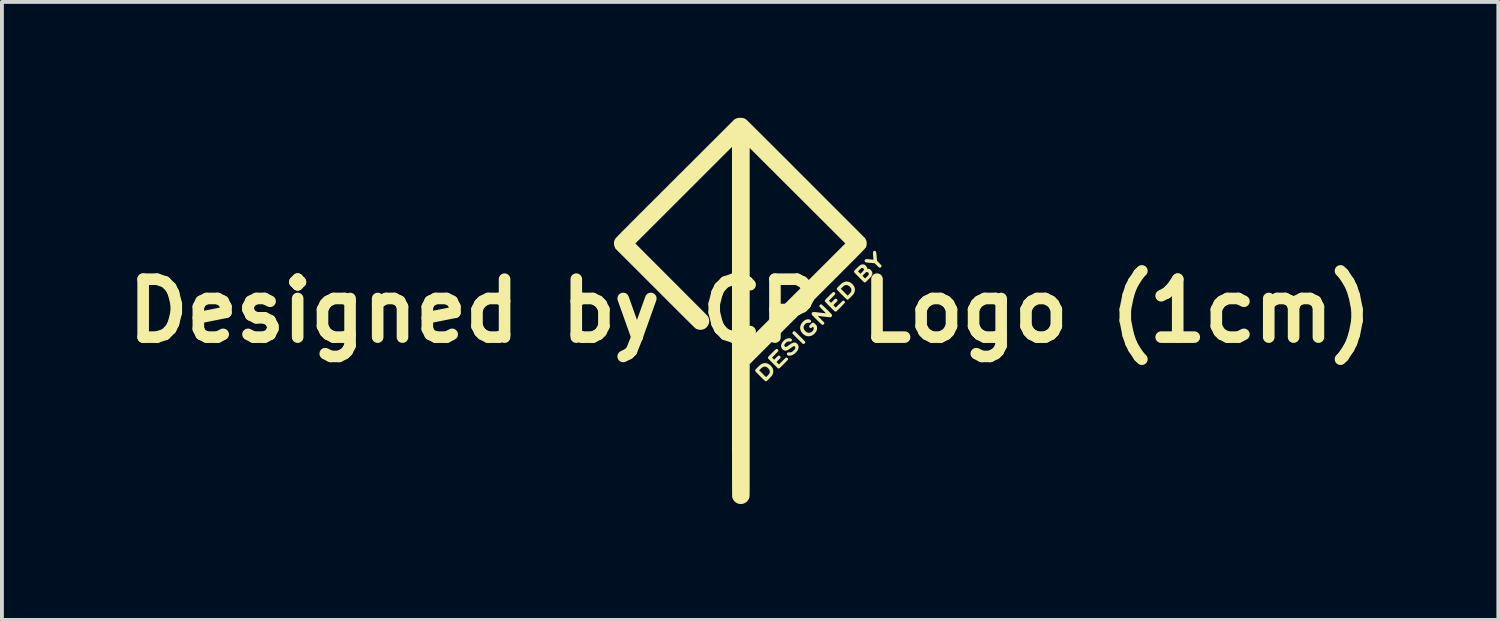
<source format=kicad_pcb>
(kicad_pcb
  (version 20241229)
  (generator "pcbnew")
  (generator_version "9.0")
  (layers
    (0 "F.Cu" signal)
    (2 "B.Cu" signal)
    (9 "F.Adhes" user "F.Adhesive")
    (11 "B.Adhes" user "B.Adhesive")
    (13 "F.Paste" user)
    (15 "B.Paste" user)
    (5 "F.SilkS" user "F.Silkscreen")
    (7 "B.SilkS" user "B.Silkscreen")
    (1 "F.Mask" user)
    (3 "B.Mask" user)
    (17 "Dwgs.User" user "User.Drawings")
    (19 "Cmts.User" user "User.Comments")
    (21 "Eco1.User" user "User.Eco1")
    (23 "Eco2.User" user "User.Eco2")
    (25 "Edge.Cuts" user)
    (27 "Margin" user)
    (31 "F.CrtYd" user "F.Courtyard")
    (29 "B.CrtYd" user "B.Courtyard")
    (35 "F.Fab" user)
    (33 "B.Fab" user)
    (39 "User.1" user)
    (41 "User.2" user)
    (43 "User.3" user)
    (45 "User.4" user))
  (footprint "Designed by CP Logo (1cm)"
    (layer "F.Cu")
    (at 16.371 5)
    (property "Reference" "Designed by CP Logo (1cm)" (at 0 0 0) (layer "F.SilkS") (effects (font (size 1.5 1.5) (thickness 0.3))))
    (attr board_only exclude_from_pos_files exclude_from_bom)
    (fp_poly (pts (xy 1.149 0.527) (xy 1.159 0.53) (xy 1.164 0.534) (xy 1.173 0.542) (xy 1.185 0.554) (xy 1.201 0.569) (xy 1.219 0.587) (xy 1.239 0.606) (xy 1.261 0.628) (xy 1.283 0.65) (xy 1.306 0.673) (xy 1.328 0.695) (xy 1.349 0.717) (xy 1.369 0.737) (xy 1.387 0.755) (xy 1.401 0.771) (xy 1.413 0.783) (xy 1.421 0.792) (xy 1.424 0.796) (xy 1.428 0.81) (xy 1.425 0.824) (xy 1.417 0.838) (xy 1.404 0.849) (xy 1.403 0.85) (xy 1.388 0.856) (xy 1.374 0.855) (xy 1.363 0.85) (xy 1.358 0.846) (xy 1.349 0.838) (xy 1.337 0.826) (xy 1.32 0.81) (xy 1.301 0.791) (xy 1.28 0.77) (xy 1.256 0.747) (xy 1.231 0.722) (xy 1.225 0.715) (xy 1.097 0.587) (xy 1.097 0.572) (xy 1.1 0.555) (xy 1.108 0.542) (xy 1.119 0.532) (xy 1.134 0.526)) (stroke (width 0) (type solid)) (fill yes) (layer "F.SilkS"))
    (fp_poly (pts (xy 3.236 -1.556) (xy 3.247 -1.547) (xy 3.256 -1.536) (xy 3.258 -1.532) (xy 3.261 -1.527) (xy 3.263 -1.522) (xy 3.264 -1.516) (xy 3.266 -1.509) (xy 3.267 -1.5) (xy 3.269 -1.487) (xy 3.271 -1.47) (xy 3.273 -1.449) (xy 3.275 -1.422) (xy 3.277 -1.392) (xy 3.286 -1.297) (xy 3.34 -1.242) (xy 3.357 -1.225) (xy 3.371 -1.21) (xy 3.384 -1.197) (xy 3.393 -1.187) (xy 3.398 -1.18) (xy 3.399 -1.179) (xy 3.403 -1.165) (xy 3.4 -1.15) (xy 3.393 -1.137) (xy 3.381 -1.126) (xy 3.367 -1.12) (xy 3.361 -1.119) (xy 3.351 -1.119) (xy 3.342 -1.121) (xy 3.341 -1.122) (xy 3.337 -1.125) (xy 3.328 -1.133) (xy 3.316 -1.144) (xy 3.302 -1.158) (xy 3.286 -1.174) (xy 3.279 -1.18) (xy 3.224 -1.235) (xy 3.121 -1.243) (xy 3.094 -1.246) (xy 3.068 -1.248) (xy 3.046 -1.25) (xy 3.027 -1.252) (xy 3.013 -1.254) (xy 3.005 -1.255) (xy 3.004 -1.256) (xy 2.987 -1.263) (xy 2.975 -1.274) (xy 2.967 -1.288) (xy 2.964 -1.303) (xy 2.965 -1.307) (xy 2.97 -1.318) (xy 2.98 -1.329) (xy 2.992 -1.337) (xy 3.005 -1.342) (xy 3.013 -1.342) (xy 3.026 -1.341) (xy 3.045 -1.34) (xy 3.066 -1.339) (xy 3.09 -1.337) (xy 3.107 -1.335) (xy 3.131 -1.333) (xy 3.152 -1.331) (xy 3.17 -1.329) (xy 3.184 -1.328) (xy 3.192 -1.328) (xy 3.194 -1.328) (xy 3.194 -1.332) (xy 3.194 -1.341) (xy 3.193 -1.356) (xy 3.191 -1.374) (xy 3.189 -1.396) (xy 3.188 -1.406) (xy 3.185 -1.438) (xy 3.183 -1.464) (xy 3.182 -1.484) (xy 3.181 -1.5) (xy 3.181 -1.512) (xy 3.182 -1.521) (xy 3.184 -1.528) (xy 3.187 -1.534) (xy 3.188 -1.536) (xy 3.197 -1.546) (xy 3.209 -1.554) (xy 3.221 -1.558) (xy 3.225 -1.559)) (stroke (width 0) (type solid)) (fill yes) (layer "F.SilkS"))
    (fp_poly (pts (xy 0.433 1.357) (xy 0.467 1.369) (xy 0.499 1.388) (xy 0.526 1.41) (xy 0.554 1.44) (xy 0.575 1.472) (xy 0.59 1.505) (xy 0.599 1.539) (xy 0.6 1.574) (xy 0.595 1.608) (xy 0.583 1.643) (xy 0.567 1.673) (xy 0.56 1.682) (xy 0.549 1.694) (xy 0.535 1.71) (xy 0.519 1.727) (xy 0.502 1.745) (xy 0.485 1.763) (xy 0.468 1.78) (xy 0.454 1.794) (xy 0.441 1.805) (xy 0.437 1.809) (xy 0.421 1.819) (xy 0.406 1.822) (xy 0.395 1.819) (xy 0.391 1.816) (xy 0.382 1.809) (xy 0.37 1.797) (xy 0.354 1.782) (xy 0.336 1.765) (xy 0.316 1.746) (xy 0.295 1.725) (xy 0.273 1.703) (xy 0.251 1.681) (xy 0.229 1.659) (xy 0.208 1.639) (xy 0.189 1.619) (xy 0.173 1.602) (xy 0.159 1.588) (xy 0.148 1.576) (xy 0.142 1.569) (xy 0.141 1.568) (xy 0.132 1.552) (xy 0.131 1.537) (xy 0.131 1.537) (xy 0.234 1.537) (xy 0.323 1.625) (xy 0.343 1.646) (xy 0.362 1.665) (xy 0.379 1.681) (xy 0.393 1.695) (xy 0.404 1.705) (xy 0.41 1.712) (xy 0.413 1.714) (xy 0.416 1.711) (xy 0.423 1.705) (xy 0.433 1.695) (xy 0.446 1.682) (xy 0.454 1.674) (xy 0.473 1.654) (xy 0.487 1.638) (xy 0.497 1.624) (xy 0.504 1.611) (xy 0.508 1.598) (xy 0.509 1.583) (xy 0.509 1.574) (xy 0.507 1.55) (xy 0.499 1.526) (xy 0.484 1.504) (xy 0.463 1.481) (xy 0.462 1.48) (xy 0.441 1.462) (xy 0.42 1.45) (xy 0.398 1.444) (xy 0.376 1.442) (xy 0.359 1.444) (xy 0.343 1.448) (xy 0.327 1.456) (xy 0.309 1.468) (xy 0.289 1.485) (xy 0.272 1.501) (xy 0.234 1.537) (xy 0.131 1.537) (xy 0.136 1.523) (xy 0.136 1.523) (xy 0.141 1.517) (xy 0.151 1.506) (xy 0.163 1.493) (xy 0.178 1.478) (xy 0.194 1.461) (xy 0.211 1.445) (xy 0.227 1.43) (xy 0.241 1.416) (xy 0.253 1.405) (xy 0.261 1.398) (xy 0.295 1.376) (xy 0.329 1.361) (xy 0.364 1.353) (xy 0.398 1.351)) (stroke (width 0) (type solid)) (fill yes) (layer "F.SilkS"))
    (fp_poly (pts (xy 2.541 -0.756) (xy 2.576 -0.745) (xy 2.59 -0.738) (xy 2.611 -0.725) (xy 2.633 -0.707) (xy 2.654 -0.686) (xy 2.673 -0.664) (xy 2.688 -0.642) (xy 2.692 -0.635) (xy 2.706 -0.6) (xy 2.713 -0.565) (xy 2.713 -0.531) (xy 2.706 -0.496) (xy 2.692 -0.462) (xy 2.684 -0.446) (xy 2.678 -0.437) (xy 2.668 -0.425) (xy 2.655 -0.41) (xy 2.639 -0.393) (xy 2.622 -0.375) (xy 2.604 -0.357) (xy 2.587 -0.339) (xy 2.571 -0.324) (xy 2.557 -0.31) (xy 2.545 -0.301) (xy 2.538 -0.295) (xy 2.537 -0.295) (xy 2.526 -0.29) (xy 2.518 -0.29) (xy 2.509 -0.294) (xy 2.505 -0.296) (xy 2.501 -0.3) (xy 2.492 -0.308) (xy 2.479 -0.32) (xy 2.463 -0.336) (xy 2.444 -0.355) (xy 2.422 -0.376) (xy 2.399 -0.399) (xy 2.374 -0.424) (xy 2.369 -0.429) (xy 2.34 -0.458) (xy 2.316 -0.482) (xy 2.296 -0.503) (xy 2.279 -0.52) (xy 2.267 -0.533) (xy 2.257 -0.544) (xy 2.25 -0.553) (xy 2.246 -0.56) (xy 2.244 -0.566) (xy 2.243 -0.571) (xy 2.243 -0.573) (xy 2.348 -0.573) (xy 2.437 -0.484) (xy 2.527 -0.395) (xy 2.564 -0.433) (xy 2.581 -0.451) (xy 2.595 -0.467) (xy 2.606 -0.481) (xy 2.612 -0.49) (xy 2.617 -0.502) (xy 2.62 -0.512) (xy 2.621 -0.524) (xy 2.622 -0.538) (xy 2.621 -0.554) (xy 2.62 -0.566) (xy 2.616 -0.576) (xy 2.611 -0.586) (xy 2.6 -0.605) (xy 2.584 -0.623) (xy 2.566 -0.641) (xy 2.547 -0.654) (xy 2.539 -0.659) (xy 2.513 -0.667) (xy 2.486 -0.67) (xy 2.459 -0.665) (xy 2.453 -0.663) (xy 2.444 -0.659) (xy 2.435 -0.654) (xy 2.425 -0.647) (xy 2.414 -0.637) (xy 2.4 -0.623) (xy 2.39 -0.614) (xy 2.348 -0.573) (xy 2.243 -0.573) (xy 2.243 -0.575) (xy 2.245 -0.58) (xy 2.246 -0.584) (xy 2.25 -0.59) (xy 2.258 -0.6) (xy 2.27 -0.613) (xy 2.284 -0.628) (xy 2.3 -0.644) (xy 2.317 -0.661) (xy 2.333 -0.677) (xy 2.349 -0.691) (xy 2.363 -0.704) (xy 2.37 -0.71) (xy 2.403 -0.733) (xy 2.437 -0.749) (xy 2.471 -0.759) (xy 2.506 -0.761)) (stroke (width 0) (type solid)) (fill yes) (layer "F.SilkS"))
    (fp_poly (pts (xy 2.176 -0.487) (xy 2.188 -0.479) (xy 2.199 -0.465) (xy 2.204 -0.451) (xy 2.203 -0.435) (xy 2.199 -0.43) (xy 2.191 -0.42) (xy 2.179 -0.406) (xy 2.163 -0.389) (xy 2.143 -0.369) (xy 2.121 -0.346) (xy 2.12 -0.345) (xy 2.04 -0.264) (xy 2.067 -0.237) (xy 2.095 -0.21) (xy 2.14 -0.254) (xy 2.16 -0.274) (xy 2.175 -0.289) (xy 2.188 -0.3) (xy 2.197 -0.308) (xy 2.204 -0.313) (xy 2.21 -0.316) (xy 2.216 -0.317) (xy 2.219 -0.317) (xy 2.233 -0.314) (xy 2.246 -0.306) (xy 2.256 -0.294) (xy 2.262 -0.281) (xy 2.262 -0.267) (xy 2.259 -0.261) (xy 2.252 -0.252) (xy 2.242 -0.239) (xy 2.226 -0.222) (xy 2.207 -0.203) (xy 2.155 -0.149) (xy 2.186 -0.118) (xy 2.218 -0.087) (xy 2.305 -0.174) (xy 2.326 -0.194) (xy 2.346 -0.213) (xy 2.363 -0.23) (xy 2.379 -0.244) (xy 2.391 -0.255) (xy 2.399 -0.262) (xy 2.403 -0.264) (xy 2.416 -0.266) (xy 2.43 -0.262) (xy 2.442 -0.254) (xy 2.451 -0.242) (xy 2.456 -0.229) (xy 2.456 -0.216) (xy 2.453 -0.211) (xy 2.445 -0.203) (xy 2.434 -0.19) (xy 2.42 -0.175) (xy 2.403 -0.157) (xy 2.385 -0.138) (xy 2.365 -0.117) (xy 2.344 -0.096) (xy 2.323 -0.075) (xy 2.303 -0.055) (xy 2.284 -0.036) (xy 2.267 -0.02) (xy 2.253 -0.006) (xy 2.242 0.004) (xy 2.234 0.011) (xy 2.231 0.013) (xy 2.216 0.017) (xy 2.201 0.015) (xy 2.188 0.007) (xy 2.182 0.003) (xy 2.173 -0.006) (xy 2.159 -0.019) (xy 2.143 -0.035) (xy 2.123 -0.054) (xy 2.101 -0.076) (xy 2.078 -0.099) (xy 2.059 -0.119) (xy 2.027 -0.151) (xy 2 -0.178) (xy 1.978 -0.201) (xy 1.961 -0.219) (xy 1.949 -0.233) (xy 1.941 -0.243) (xy 1.938 -0.248) (xy 1.934 -0.257) (xy 1.934 -0.264) (xy 1.937 -0.271) (xy 1.939 -0.276) (xy 1.943 -0.282) (xy 1.952 -0.292) (xy 1.964 -0.306) (xy 1.979 -0.322) (xy 1.997 -0.34) (xy 2.016 -0.36) (xy 2.036 -0.38) (xy 2.056 -0.401) (xy 2.076 -0.42) (xy 2.095 -0.439) (xy 2.112 -0.455) (xy 2.127 -0.469) (xy 2.138 -0.479) (xy 2.146 -0.485) (xy 2.149 -0.486) (xy 2.163 -0.49)) (stroke (width 0) (type solid)) (fill yes) (layer "F.SilkS"))
    (fp_poly (pts (xy 0.702 0.985) (xy 0.711 0.99) (xy 0.717 0.996) (xy 0.728 1.009) (xy 0.732 1.022) (xy 0.731 1.035) (xy 0.73 1.038) (xy 0.726 1.043) (xy 0.718 1.053) (xy 0.706 1.066) (xy 0.691 1.083) (xy 0.673 1.101) (xy 0.653 1.122) (xy 0.647 1.128) (xy 0.568 1.208) (xy 0.595 1.235) (xy 0.622 1.262) (xy 0.672 1.213) (xy 0.692 1.193) (xy 0.709 1.178) (xy 0.722 1.167) (xy 0.733 1.16) (xy 0.742 1.156) (xy 0.75 1.155) (xy 0.757 1.157) (xy 0.772 1.166) (xy 0.783 1.178) (xy 0.788 1.192) (xy 0.788 1.207) (xy 0.787 1.211) (xy 0.783 1.217) (xy 0.775 1.226) (xy 0.764 1.239) (xy 0.75 1.254) (xy 0.735 1.27) (xy 0.733 1.272) (xy 0.683 1.323) (xy 0.714 1.354) (xy 0.746 1.386) (xy 0.834 1.298) (xy 0.861 1.272) (xy 0.883 1.25) (xy 0.902 1.232) (xy 0.917 1.219) (xy 0.927 1.211) (xy 0.932 1.208) (xy 0.946 1.207) (xy 0.96 1.212) (xy 0.969 1.22) (xy 0.98 1.234) (xy 0.983 1.248) (xy 0.982 1.258) (xy 0.979 1.263) (xy 0.972 1.272) (xy 0.96 1.284) (xy 0.946 1.3) (xy 0.929 1.317) (xy 0.91 1.337) (xy 0.89 1.358) (xy 0.869 1.379) (xy 0.848 1.4) (xy 0.828 1.42) (xy 0.809 1.438) (xy 0.792 1.455) (xy 0.777 1.468) (xy 0.766 1.479) (xy 0.758 1.485) (xy 0.756 1.486) (xy 0.744 1.491) (xy 0.733 1.49) (xy 0.723 1.485) (xy 0.717 1.481) (xy 0.712 1.477) (xy 0.702 1.468) (xy 0.689 1.455) (xy 0.672 1.439) (xy 0.653 1.419) (xy 0.631 1.398) (xy 0.607 1.375) (xy 0.583 1.35) (xy 0.583 1.35) (xy 0.555 1.322) (xy 0.532 1.299) (xy 0.513 1.28) (xy 0.498 1.264) (xy 0.486 1.252) (xy 0.477 1.242) (xy 0.471 1.234) (xy 0.467 1.229) (xy 0.464 1.224) (xy 0.463 1.22) (xy 0.462 1.217) (xy 0.462 1.214) (xy 0.464 1.2) (xy 0.472 1.187) (xy 0.472 1.186) (xy 0.477 1.18) (xy 0.486 1.171) (xy 0.499 1.157) (xy 0.515 1.141) (xy 0.532 1.124) (xy 0.551 1.104) (xy 0.571 1.085) (xy 0.591 1.065) (xy 0.61 1.046) (xy 0.628 1.029) (xy 0.643 1.014) (xy 0.656 1.002) (xy 0.665 0.994) (xy 0.67 0.99) (xy 0.679 0.986) (xy 0.691 0.984) (xy 0.692 0.984)) (stroke (width 0) (type solid)) (fill yes) (layer "F.SilkS"))
    (fp_poly (pts (xy 1.514 0.216) (xy 1.53 0.219) (xy 1.549 0.225) (xy 1.563 0.236) (xy 1.573 0.248) (xy 1.577 0.262) (xy 1.576 0.277) (xy 1.569 0.29) (xy 1.562 0.298) (xy 1.556 0.302) (xy 1.551 0.304) (xy 1.544 0.306) (xy 1.533 0.307) (xy 1.518 0.307) (xy 1.513 0.307) (xy 1.489 0.308) (xy 1.469 0.311) (xy 1.453 0.318) (xy 1.438 0.328) (xy 1.422 0.343) (xy 1.422 0.343) (xy 1.402 0.368) (xy 1.39 0.393) (xy 1.384 0.419) (xy 1.386 0.445) (xy 1.387 0.452) (xy 1.396 0.475) (xy 1.408 0.496) (xy 1.426 0.518) (xy 1.435 0.527) (xy 1.457 0.545) (xy 1.478 0.557) (xy 1.5 0.564) (xy 1.525 0.566) (xy 1.525 0.566) (xy 1.548 0.564) (xy 1.567 0.559) (xy 1.585 0.55) (xy 1.603 0.535) (xy 1.607 0.532) (xy 1.623 0.515) (xy 1.634 0.5) (xy 1.641 0.485) (xy 1.644 0.468) (xy 1.645 0.454) (xy 1.645 0.44) (xy 1.644 0.431) (xy 1.641 0.424) (xy 1.637 0.419) (xy 1.635 0.417) (xy 1.626 0.408) (xy 1.614 0.418) (xy 1.597 0.433) (xy 1.583 0.441) (xy 1.571 0.445) (xy 1.559 0.443) (xy 1.551 0.438) (xy 1.538 0.427) (xy 1.531 0.416) (xy 1.529 0.404) (xy 1.532 0.39) (xy 1.542 0.375) (xy 1.557 0.356) (xy 1.573 0.34) (xy 1.592 0.323) (xy 1.607 0.311) (xy 1.619 0.304) (xy 1.631 0.302) (xy 1.643 0.305) (xy 1.656 0.314) (xy 1.672 0.328) (xy 1.686 0.342) (xy 1.701 0.357) (xy 1.712 0.369) (xy 1.719 0.378) (xy 1.724 0.386) (xy 1.728 0.393) (xy 1.729 0.398) (xy 1.734 0.424) (xy 1.734 0.453) (xy 1.73 0.483) (xy 1.721 0.511) (xy 1.713 0.53) (xy 1.699 0.551) (xy 1.68 0.574) (xy 1.658 0.596) (xy 1.635 0.615) (xy 1.612 0.63) (xy 1.606 0.634) (xy 1.571 0.648) (xy 1.535 0.655) (xy 1.499 0.656) (xy 1.493 0.656) (xy 1.459 0.649) (xy 1.426 0.635) (xy 1.394 0.615) (xy 1.371 0.596) (xy 1.343 0.567) (xy 1.322 0.535) (xy 1.306 0.502) (xy 1.298 0.468) (xy 1.295 0.433) (xy 1.299 0.402) (xy 1.309 0.367) (xy 1.325 0.334) (xy 1.348 0.303) (xy 1.376 0.273) (xy 1.378 0.271) (xy 1.402 0.251) (xy 1.425 0.237) (xy 1.449 0.226) (xy 1.465 0.222) (xy 1.484 0.217) (xy 1.499 0.216)) (stroke (width 0) (type solid)) (fill yes) (layer "F.SilkS"))
    (fp_poly (pts (xy 2.932 -1.204) (xy 2.944 -1.203) (xy 2.953 -1.2) (xy 2.963 -1.195) (xy 2.964 -1.195) (xy 2.985 -1.181) (xy 3.003 -1.162) (xy 3.018 -1.142) (xy 3.028 -1.12) (xy 3.031 -1.106) (xy 3.033 -1.091) (xy 3.055 -1.091) (xy 3.075 -1.089) (xy 3.093 -1.082) (xy 3.111 -1.07) (xy 3.126 -1.056) (xy 3.146 -1.031) (xy 3.159 -1.006) (xy 3.165 -0.98) (xy 3.164 -0.953) (xy 3.156 -0.926) (xy 3.141 -0.9) (xy 3.136 -0.892) (xy 3.126 -0.881) (xy 3.113 -0.868) (xy 3.098 -0.851) (xy 3.081 -0.834) (xy 3.064 -0.816) (xy 3.046 -0.798) (xy 3.029 -0.782) (xy 3.014 -0.767) (xy 3.001 -0.755) (xy 2.992 -0.746) (xy 2.986 -0.742) (xy 2.974 -0.738) (xy 2.962 -0.739) (xy 2.955 -0.741) (xy 2.951 -0.744) (xy 2.942 -0.752) (xy 2.929 -0.763) (xy 2.914 -0.778) (xy 2.896 -0.796) (xy 2.876 -0.815) (xy 2.854 -0.837) (xy 2.832 -0.859) (xy 2.81 -0.881) (xy 2.788 -0.904) (xy 2.781 -0.91) (xy 2.907 -0.91) (xy 2.943 -0.875) (xy 2.978 -0.839) (xy 3.021 -0.882) (xy 3.036 -0.897) (xy 3.049 -0.912) (xy 3.06 -0.924) (xy 3.067 -0.934) (xy 3.07 -0.938) (xy 3.074 -0.955) (xy 3.071 -0.972) (xy 3.061 -0.988) (xy 3.061 -0.989) (xy 3.046 -1.001) (xy 3.03 -1.007) (xy 3.016 -1.007) (xy 3.011 -1.005) (xy 3.004 -1.001) (xy 2.995 -0.995) (xy 2.984 -0.985) (xy 2.969 -0.971) (xy 2.956 -0.957) (xy 2.907 -0.91) (xy 2.781 -0.91) (xy 2.766 -0.925) (xy 2.747 -0.945) (xy 2.729 -0.963) (xy 2.715 -0.979) (xy 2.703 -0.991) (xy 2.696 -1) (xy 2.692 -1.004) (xy 2.692 -1.004) (xy 2.691 -1.013) (xy 2.691 -1.022) (xy 2.692 -1.025) (xy 2.793 -1.025) (xy 2.824 -0.994) (xy 2.836 -0.982) (xy 2.846 -0.972) (xy 2.853 -0.965) (xy 2.857 -0.963) (xy 2.857 -0.963) (xy 2.86 -0.965) (xy 2.867 -0.972) (xy 2.877 -0.982) (xy 2.89 -0.994) (xy 2.9 -1.005) (xy 2.919 -1.025) (xy 2.932 -1.04) (xy 2.941 -1.053) (xy 2.947 -1.063) (xy 2.948 -1.072) (xy 2.946 -1.08) (xy 2.942 -1.089) (xy 2.94 -1.092) (xy 2.928 -1.105) (xy 2.913 -1.113) (xy 2.897 -1.114) (xy 2.883 -1.11) (xy 2.878 -1.107) (xy 2.869 -1.099) (xy 2.857 -1.088) (xy 2.844 -1.075) (xy 2.834 -1.066) (xy 2.793 -1.025) (xy 2.692 -1.025) (xy 2.695 -1.031) (xy 2.702 -1.042) (xy 2.712 -1.055) (xy 2.728 -1.072) (xy 2.736 -1.08) (xy 2.768 -1.112) (xy 2.797 -1.14) (xy 2.823 -1.163) (xy 2.845 -1.18) (xy 2.863 -1.191) (xy 2.864 -1.192) (xy 2.876 -1.198) (xy 2.885 -1.202) (xy 2.896 -1.203) (xy 2.909 -1.204) (xy 2.916 -1.204)) (stroke (width 0) (type solid)) (fill yes) (layer "F.SilkS"))
    (fp_poly (pts (xy 1.851 -0.167) (xy 1.851 -0.167) (xy 1.856 -0.164) (xy 1.865 -0.156) (xy 1.878 -0.144) (xy 1.894 -0.129) (xy 1.912 -0.112) (xy 1.933 -0.092) (xy 1.955 -0.071) (xy 1.977 -0.049) (xy 2 -0.027) (xy 2.022 -0.005) (xy 2.043 0.016) (xy 2.062 0.036) (xy 2.079 0.053) (xy 2.093 0.068) (xy 2.104 0.079) (xy 2.109 0.086) (xy 2.119 0.101) (xy 2.123 0.115) (xy 2.121 0.128) (xy 2.112 0.141) (xy 2.108 0.146) (xy 2.096 0.156) (xy 2.085 0.162) (xy 2.079 0.164) (xy 2.073 0.164) (xy 2.061 0.163) (xy 2.044 0.161) (xy 2.023 0.159) (xy 1.998 0.157) (xy 1.97 0.154) (xy 1.941 0.151) (xy 1.911 0.148) (xy 1.881 0.144) (xy 1.852 0.141) (xy 1.825 0.137) (xy 1.801 0.134) (xy 1.78 0.132) (xy 1.764 0.129) (xy 1.76 0.129) (xy 1.757 0.128) (xy 1.755 0.129) (xy 1.756 0.132) (xy 1.759 0.136) (xy 1.765 0.143) (xy 1.774 0.153) (xy 1.787 0.166) (xy 1.804 0.184) (xy 1.826 0.206) (xy 1.829 0.209) (xy 1.849 0.229) (xy 1.867 0.248) (xy 1.884 0.265) (xy 1.897 0.279) (xy 1.908 0.29) (xy 1.914 0.297) (xy 1.916 0.3) (xy 1.921 0.313) (xy 1.92 0.328) (xy 1.915 0.337) (xy 1.903 0.351) (xy 1.889 0.359) (xy 1.873 0.361) (xy 1.862 0.358) (xy 1.857 0.354) (xy 1.848 0.346) (xy 1.834 0.334) (xy 1.818 0.319) (xy 1.8 0.301) (xy 1.779 0.281) (xy 1.757 0.26) (xy 1.735 0.238) (xy 1.712 0.215) (xy 1.69 0.193) (xy 1.669 0.172) (xy 1.65 0.152) (xy 1.633 0.134) (xy 1.619 0.12) (xy 1.608 0.108) (xy 1.602 0.1) (xy 1.601 0.099) (xy 1.595 0.088) (xy 1.591 0.078) (xy 1.59 0.074) (xy 1.593 0.064) (xy 1.599 0.053) (xy 1.607 0.042) (xy 1.616 0.035) (xy 1.616 0.035) (xy 1.621 0.032) (xy 1.626 0.03) (xy 1.633 0.029) (xy 1.64 0.028) (xy 1.65 0.028) (xy 1.663 0.028) (xy 1.68 0.03) (xy 1.7 0.032) (xy 1.726 0.035) (xy 1.757 0.038) (xy 1.791 0.042) (xy 1.823 0.046) (xy 1.853 0.05) (xy 1.881 0.053) (xy 1.905 0.056) (xy 1.925 0.059) (xy 1.941 0.061) (xy 1.95 0.062) (xy 1.952 0.062) (xy 1.955 0.062) (xy 1.958 0.062) (xy 1.958 0.061) (xy 1.957 0.058) (xy 1.953 0.052) (xy 1.945 0.044) (xy 1.935 0.033) (xy 1.92 0.018) (xy 1.902 -0.000493) (xy 1.882 -0.02) (xy 1.862 -0.04) (xy 1.844 -0.06) (xy 1.827 -0.077) (xy 1.814 -0.092) (xy 1.803 -0.103) (xy 1.797 -0.111) (xy 1.795 -0.114) (xy 1.793 -0.129) (xy 1.798 -0.144) (xy 1.807 -0.157) (xy 1.821 -0.167) (xy 1.835 -0.171)) (stroke (width 0) (type solid)) (fill yes) (layer "F.SilkS"))
    (fp_poly (pts (xy 1.036 0.709) (xy 1.056 0.717) (xy 1.069 0.725) (xy 1.077 0.734) (xy 1.081 0.741) (xy 1.083 0.75) (xy 1.083 0.753) (xy 1.082 0.764) (xy 1.078 0.772) (xy 1.07 0.781) (xy 1.07 0.781) (xy 1.057 0.794) (xy 1.034 0.792) (xy 1.008 0.79) (xy 0.987 0.791) (xy 0.969 0.795) (xy 0.952 0.804) (xy 0.935 0.818) (xy 0.925 0.827) (xy 0.909 0.843) (xy 0.896 0.861) (xy 0.888 0.877) (xy 0.885 0.891) (xy 0.885 0.892) (xy 0.888 0.905) (xy 0.895 0.918) (xy 0.905 0.928) (xy 0.907 0.93) (xy 0.915 0.933) (xy 0.921 0.934) (xy 0.929 0.932) (xy 0.936 0.929) (xy 0.947 0.925) (xy 0.961 0.917) (xy 0.976 0.907) (xy 0.986 0.901) (xy 1.016 0.879) (xy 1.042 0.861) (xy 1.064 0.847) (xy 1.083 0.837) (xy 1.098 0.829) (xy 1.112 0.823) (xy 1.125 0.819) (xy 1.137 0.818) (xy 1.147 0.817) (xy 1.17 0.82) (xy 1.193 0.83) (xy 1.214 0.846) (xy 1.221 0.853) (xy 1.238 0.875) (xy 1.249 0.898) (xy 1.254 0.923) (xy 1.255 0.929) (xy 1.254 0.956) (xy 1.248 0.983) (xy 1.237 1.008) (xy 1.221 1.035) (xy 1.198 1.062) (xy 1.182 1.079) (xy 1.159 1.1) (xy 1.139 1.117) (xy 1.12 1.13) (xy 1.1 1.141) (xy 1.08 1.149) (xy 1.062 1.154) (xy 1.042 1.157) (xy 1.021 1.159) (xy 1.002 1.159) (xy 0.988 1.157) (xy 0.985 1.156) (xy 0.974 1.15) (xy 0.964 1.142) (xy 0.963 1.141) (xy 0.954 1.129) (xy 0.952 1.115) (xy 0.955 1.1) (xy 0.962 1.087) (xy 0.973 1.078) (xy 0.98 1.075) (xy 0.989 1.073) (xy 1.002 1.073) (xy 1.02 1.073) (xy 1.037 1.073) (xy 1.049 1.073) (xy 1.058 1.071) (xy 1.066 1.068) (xy 1.076 1.064) (xy 1.077 1.063) (xy 1.093 1.054) (xy 1.11 1.041) (xy 1.127 1.025) (xy 1.143 1.009) (xy 1.155 0.993) (xy 1.162 0.983) (xy 1.169 0.963) (xy 1.17 0.945) (xy 1.165 0.93) (xy 1.162 0.925) (xy 1.155 0.917) (xy 1.147 0.913) (xy 1.138 0.912) (xy 1.127 0.914) (xy 1.114 0.92) (xy 1.097 0.93) (xy 1.076 0.944) (xy 1.051 0.963) (xy 1.051 0.963) (xy 1.032 0.977) (xy 1.012 0.99) (xy 0.994 1.002) (xy 0.978 1.011) (xy 0.974 1.013) (xy 0.958 1.02) (xy 0.946 1.025) (xy 0.935 1.027) (xy 0.923 1.028) (xy 0.919 1.028) (xy 0.899 1.027) (xy 0.882 1.022) (xy 0.865 1.014) (xy 0.853 1.006) (xy 0.834 0.988) (xy 0.818 0.966) (xy 0.807 0.941) (xy 0.802 0.915) (xy 0.802 0.893) (xy 0.809 0.862) (xy 0.823 0.832) (xy 0.842 0.802) (xy 0.867 0.774) (xy 0.89 0.753) (xy 0.912 0.737) (xy 0.936 0.724) (xy 0.954 0.717) (xy 0.984 0.71) (xy 1.011 0.707)) (stroke (width 0) (type solid)) (fill yes) (layer "F.SilkS"))
    (fp_poly (pts (xy -0.24 -4.999) (xy -0.207 -4.997) (xy -0.18 -4.993) (xy -0.155 -4.986) (xy -0.133 -4.976) (xy -0.11 -4.962) (xy -0.088 -4.945) (xy -0.084 -4.942) (xy -0.076 -4.933) (xy -0.062 -4.92) (xy -0.044 -4.902) (xy -0.022 -4.88) (xy 0.005 -4.854) (xy 0.035 -4.823) (xy 0.07 -4.789) (xy 0.109 -4.75) (xy 0.151 -4.708) (xy 0.197 -4.662) (xy 0.247 -4.613) (xy 0.3 -4.56) (xy 0.356 -4.504) (xy 0.415 -4.445) (xy 0.477 -4.383) (xy 0.542 -4.319) (xy 0.609 -4.251) (xy 0.679 -4.181) (xy 0.751 -4.109) (xy 0.826 -4.035) (xy 0.903 -3.958) (xy 0.981 -3.88) (xy 1.062 -3.799) (xy 1.144 -3.717) (xy 1.227 -3.633) (xy 1.312 -3.548) (xy 1.399 -3.462) (xy 1.457 -3.404) (xy 2.979 -1.881) (xy 2.995 -1.848) (xy 3.002 -1.831) (xy 3.009 -1.814) (xy 3.014 -1.799) (xy 3.015 -1.792) (xy 3.018 -1.772) (xy 3.018 -1.747) (xy 3.017 -1.721) (xy 3.014 -1.697) (xy 3.009 -1.677) (xy 3.009 -1.675) (xy 3.007 -1.672) (xy 3.007 -1.668) (xy 3.006 -1.665) (xy 3.005 -1.663) (xy 3.005 -1.66) (xy 3.003 -1.657) (xy 3.002 -1.654) (xy 3 -1.65) (xy 2.998 -1.646) (xy 2.995 -1.642) (xy 2.991 -1.636) (xy 2.986 -1.63) (xy 2.98 -1.623) (xy 2.973 -1.614) (xy 2.964 -1.605) (xy 2.955 -1.594) (xy 2.943 -1.582) (xy 2.93 -1.568) (xy 2.915 -1.552) (xy 2.899 -1.535) (xy 2.88 -1.516) (xy 2.859 -1.495) (xy 2.837 -1.471) (xy 2.811 -1.445) (xy 2.783 -1.417) (xy 2.753 -1.386) (xy 2.72 -1.353) (xy 2.684 -1.317) (xy 2.645 -1.278) (xy 2.603 -1.236) (xy 2.558 -1.19) (xy 2.51 -1.142) (xy 2.458 -1.09) (xy 2.403 -1.035) (xy 2.344 -0.976) (xy 2.282 -0.913) (xy 2.215 -0.847) (xy 2.145 -0.776) (xy 2.07 -0.702) (xy 1.991 -0.623) (xy 1.908 -0.54) (xy 1.82 -0.452) (xy 1.728 -0.36) (xy 1.631 -0.263) (xy 1.529 -0.162) (xy 1.482 -0.115) (xy -0.011 1.377) (xy -0.011 3.088) (xy -0.011 3.219) (xy -0.011 3.343) (xy -0.011 3.46) (xy -0.011 3.571) (xy -0.011 3.676) (xy -0.011 3.775) (xy -0.011 3.867) (xy -0.011 3.954) (xy -0.011 4.036) (xy -0.011 4.112) (xy -0.011 4.183) (xy -0.011 4.248) (xy -0.011 4.309) (xy -0.011 4.366) (xy -0.011 4.418) (xy -0.011 4.466) (xy -0.011 4.51) (xy -0.011 4.549) (xy -0.012 4.586) (xy -0.012 4.618) (xy -0.012 4.648) (xy -0.012 4.674) (xy -0.012 4.698) (xy -0.012 4.718) (xy -0.013 4.736) (xy -0.013 4.752) (xy -0.013 4.766) (xy -0.013 4.777) (xy -0.014 4.787) (xy -0.014 4.795) (xy -0.014 4.802) (xy -0.015 4.808) (xy -0.015 4.812) (xy -0.016 4.816) (xy -0.016 4.819) (xy -0.017 4.822) (xy -0.017 4.824) (xy -0.018 4.825) (xy -0.03 4.862) (xy -0.049 4.896) (xy -0.072 4.925) (xy -0.099 4.951) (xy -0.13 4.971) (xy -0.164 4.987) (xy -0.199 4.996) (xy -0.236 5) (xy -0.274 4.998) (xy -0.296 4.993) (xy -0.334 4.98) (xy -0.369 4.96) (xy -0.399 4.936) (xy -0.425 4.907) (xy -0.445 4.873) (xy -0.46 4.836) (xy -0.463 4.824) (xy -0.464 4.822) (xy -0.464 4.82) (xy -0.464 4.817) (xy -0.464 4.813) (xy -0.465 4.807) (xy -0.465 4.801) (xy -0.465 4.793) (xy -0.465 4.784) (xy -0.465 4.773) (xy -0.466 4.76) (xy -0.466 4.746) (xy -0.466 4.73) (xy -0.466 4.711) (xy -0.466 4.691) (xy -0.467 4.668) (xy -0.467 4.643) (xy -0.467 4.616) (xy -0.467 4.585) (xy -0.467 4.553) (xy -0.467 4.517) (xy -0.467 4.478) (xy -0.467 4.437) (xy -0.468 4.392) (xy -0.468 4.344) (xy -0.468 4.293) (xy -0.468 4.238) (xy -0.468 4.179) (xy -0.468 4.117) (xy -0.468 4.051) (xy -0.468 3.981) (xy -0.468 3.907) (xy -0.468 3.829) (xy -0.468 3.747) (xy -0.469 3.66) (xy -0.469 3.568) (xy -0.469 3.472) (xy -0.469 3.372) (xy -0.469 3.266) (xy -0.469 3.156) (xy -0.469 3.04) (xy -0.469 2.92) (xy -0.469 2.794) (xy -0.469 2.662) (xy -0.469 2.525) (xy -0.469 2.383) (xy -0.469 2.234) (xy -0.469 2.08) (xy -0.469 1.92) (xy -0.469 1.754) (xy -0.469 1.581) (xy -0.469 1.403) (xy -0.469 1.218) (xy -0.469 1.026) (xy -0.469 0.828) (xy -0.469 0.622) (xy -0.469 0.411) (xy -0.469 0.277) (xy -0.469 -1.745) (xy -0.011 -1.745) (xy -0.011 0.728) (xy 1.227 -0.51) (xy 2.465 -1.747) (xy 2.175 -2.038) (xy 2.15 -2.062) (xy 2.121 -2.091) (xy 2.088 -2.125) (xy 2.05 -2.162) (xy 2.008 -2.204) (xy 1.963 -2.25) (xy 1.913 -2.299) (xy 1.861 -2.351) (xy 1.806 -2.406) (xy 1.748 -2.464) (xy 1.687 -2.525) (xy 1.624 -2.587) (xy 1.559 -2.652) (xy 1.493 -2.719) (xy 1.425 -2.787) (xy 1.355 -2.856) (xy 1.285 -2.926) (xy 1.214 -2.997) (xy 1.142 -3.069) (xy 1.07 -3.14) (xy 0.998 -3.212) (xy 0.937 -3.273) (xy -0.011 -4.218) (xy -0.011 -1.745) (xy -0.469 -1.745) (xy -0.469 -4.247) (xy -1.72 -2.996) (xy -2.971 -1.746) (xy -2.04 -0.814) (xy -1.972 -0.746) (xy -1.905 -0.679) (xy -1.84 -0.614) (xy -1.776 -0.55) (xy -1.714 -0.488) (xy -1.654 -0.428) (xy -1.596 -0.369) (xy -1.541 -0.314) (xy -1.487 -0.26) (xy -1.437 -0.21) (xy -1.389 -0.162) (xy -1.345 -0.117) (xy -1.303 -0.075) (xy -1.265 -0.037) (xy -1.23 -0.002) (xy -1.199 0.029) (xy -1.172 0.057) (xy -1.149 0.08) (xy -1.13 0.099) (xy -1.115 0.114) (xy -1.106 0.124) (xy -1.1 0.13) (xy -1.1 0.13) (xy -1.083 0.159) (xy -1.07 0.191) (xy -1.062 0.227) (xy -1.059 0.246) (xy -1.06 0.281) (xy -1.066 0.317) (xy -1.078 0.352) (xy -1.083 0.361) (xy -1.103 0.395) (xy -1.127 0.425) (xy -1.156 0.449) (xy -1.188 0.468) (xy -1.223 0.481) (xy -1.259 0.488) (xy -1.297 0.49) (xy -1.335 0.485) (xy -1.373 0.474) (xy -1.397 0.463) (xy -1.4 0.462) (xy -1.402 0.46) (xy -1.405 0.458) (xy -1.409 0.455) (xy -1.414 0.452) (xy -1.419 0.447) (xy -1.425 0.442) (xy -1.433 0.435) (xy -1.442 0.426) (xy -1.452 0.417) (xy -1.464 0.405) (xy -1.478 0.392) (xy -1.493 0.377) (xy -1.511 0.359) (xy -1.531 0.34) (xy -1.553 0.318) (xy -1.578 0.293) (xy -1.605 0.266) (xy -1.636 0.236) (xy -1.669 0.204) (xy -1.705 0.168) (xy -1.744 0.128) (xy -1.787 0.086) (xy -1.833 0.04) (xy -1.883 -0.01) (xy -1.936 -0.063) (xy -1.994 -0.121) (xy -2.056 -0.183) (xy -2.122 -0.248) (xy -2.192 -0.319) (xy -2.267 -0.393) (xy -2.346 -0.473) (xy -2.43 -0.557) (xy -2.455 -0.582) (xy -3.487 -1.613) (xy -3.501 -1.643) (xy -3.516 -1.682) (xy -3.524 -1.721) (xy -3.525 -1.76) (xy -3.52 -1.799) (xy -3.507 -1.837) (xy -3.494 -1.864) (xy -3.493 -1.866) (xy -3.491 -1.868) (xy -3.489 -1.87) (xy -3.487 -1.873) (xy -3.485 -1.876) (xy -3.481 -1.88) (xy -3.477 -1.885) (xy -3.473 -1.89) (xy -3.467 -1.897) (xy -3.46 -1.904) (xy -3.452 -1.913) (xy -3.443 -1.922) (xy -3.432 -1.933) (xy -3.42 -1.946) (xy -3.406 -1.96) (xy -3.391 -1.976) (xy -3.374 -1.993) (xy -3.354 -2.013) (xy -3.333 -2.034) (xy -3.31 -2.058) (xy -3.284 -2.084) (xy -3.256 -2.112) (xy -3.226 -2.142) (xy -3.193 -2.175) (xy -3.157 -2.211) (xy -3.119 -2.25) (xy -3.078 -2.291) (xy -3.033 -2.336) (xy -2.986 -2.383) (xy -2.935 -2.434) (xy -2.881 -2.488) (xy -2.824 -2.545) (xy -2.763 -2.606) (xy -2.698 -2.671) (xy -2.63 -2.739) (xy -2.558 -2.811) (xy -2.481 -2.887) (xy -2.401 -2.967) (xy -2.317 -3.052) (xy -2.228 -3.14) (xy -2.135 -3.233) (xy -2.037 -3.331) (xy -1.935 -3.433) (xy -1.828 -3.54) (xy -1.716 -3.651) (xy -1.666 -3.701) (xy -0.404 -4.96) (xy -0.374 -4.975) (xy -0.351 -4.985) (xy -0.33 -4.992) (xy -0.308 -4.997) (xy -0.283 -4.999) (xy -0.254 -5)) (stroke (width 0) (type solid)) (fill yes) (layer "F.SilkS")))
  (gr_rect
    (start -3 -3)
    (end 35.743 13)
    (stroke (width 0.1) (type default))
    (fill no)
    (layer "Edge.Cuts")))
</source>
